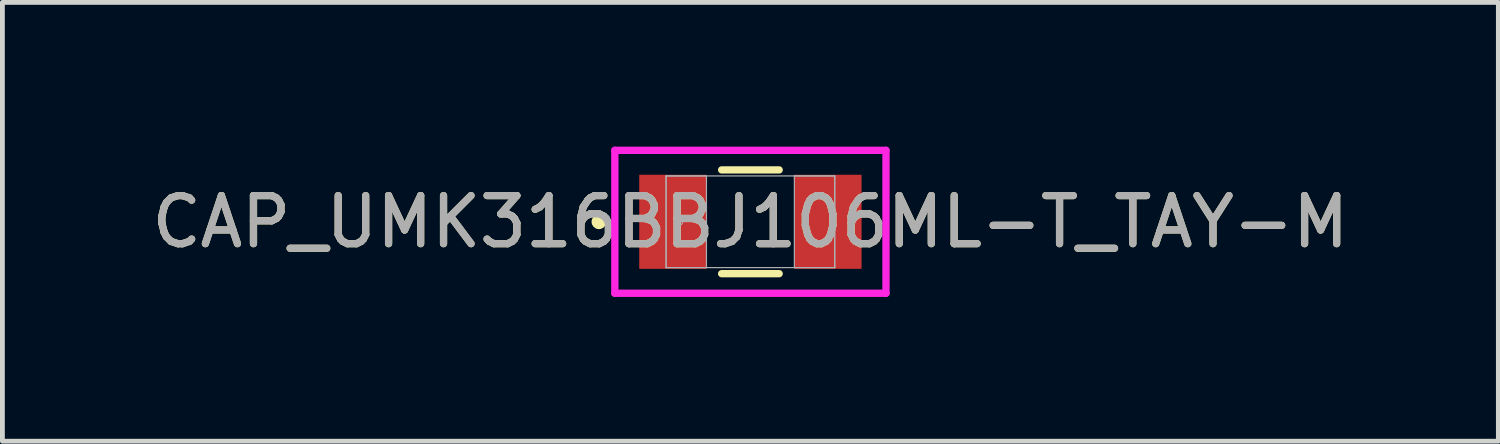
<source format=kicad_pcb>
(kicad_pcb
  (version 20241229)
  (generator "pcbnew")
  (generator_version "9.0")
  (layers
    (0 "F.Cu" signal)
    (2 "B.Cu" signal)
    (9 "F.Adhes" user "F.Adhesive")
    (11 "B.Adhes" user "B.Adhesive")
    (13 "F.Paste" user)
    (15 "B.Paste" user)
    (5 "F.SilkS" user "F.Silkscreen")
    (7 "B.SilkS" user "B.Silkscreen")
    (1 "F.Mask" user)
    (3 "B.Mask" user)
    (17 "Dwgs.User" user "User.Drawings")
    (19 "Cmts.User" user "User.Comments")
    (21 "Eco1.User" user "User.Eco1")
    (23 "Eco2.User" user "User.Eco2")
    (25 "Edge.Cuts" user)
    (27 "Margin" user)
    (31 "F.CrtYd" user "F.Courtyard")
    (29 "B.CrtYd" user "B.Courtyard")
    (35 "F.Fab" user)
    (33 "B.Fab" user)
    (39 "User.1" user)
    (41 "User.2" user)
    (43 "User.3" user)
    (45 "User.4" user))
  (footprint "CAP_UMK316BBJ106ML-T_TAY-M"
    (layer "F.Cu")
    (at 12.554 1.562)
    (property "Reference" "CAP_UMK316BBJ106ML-T_TAY-M" (at 0 0 0) (unlocked yes) (layer "F.SilkS") (effects (font (size 1 1) (thickness 0.15))))
    (attr smd)
    (fp_line (start -0.598 1.079) (end 0.598 1.079) (stroke (width 0.152) (type solid)) (layer "F.SilkS"))
    (fp_line (start 0.598 -1.079) (end -0.598 -1.079) (stroke (width 0.152) (type solid)) (layer "F.SilkS"))
    (fp_circle (center -3.15 0) (end -3.073 0) (stroke (width 0.152) (type solid)) (fill no) (layer "F.SilkS"))
    (fp_line (start -2.819 -1.486) (end 2.819 -1.486) (stroke (width 0.152) (type solid)) (layer "F.CrtYd"))
    (fp_line (start -2.819 1.486) (end -2.819 -1.486) (stroke (width 0.152) (type solid)) (layer "F.CrtYd"))
    (fp_line (start 2.819 -1.486) (end 2.819 1.486) (stroke (width 0.152) (type solid)) (layer "F.CrtYd"))
    (fp_line (start 2.819 1.486) (end -2.819 1.486) (stroke (width 0.152) (type solid)) (layer "F.CrtYd"))
    (fp_line (start -1.753 -0.953) (end -1.753 0.953) (stroke (width 0.025) (type solid)) (layer "F.Fab"))
    (fp_line (start -1.753 -0.953) (end -1.753 0.953) (stroke (width 0.025) (type solid)) (layer "F.Fab"))
    (fp_line (start -1.753 0.953) (end -0.914 0.953) (stroke (width 0.025) (type solid)) (layer "F.Fab"))
    (fp_line (start -1.753 0.953) (end 1.753 0.953) (stroke (width 0.025) (type solid)) (layer "F.Fab"))
    (fp_line (start -0.914 -0.953) (end -1.753 -0.953) (stroke (width 0.025) (type solid)) (layer "F.Fab"))
    (fp_line (start -0.914 0.953) (end -0.914 -0.953) (stroke (width 0.025) (type solid)) (layer "F.Fab"))
    (fp_line (start 0.914 -0.953) (end 0.914 0.953) (stroke (width 0.025) (type solid)) (layer "F.Fab"))
    (fp_line (start 0.914 0.953) (end 1.753 0.953) (stroke (width 0.025) (type solid)) (layer "F.Fab"))
    (fp_line (start 1.753 -0.953) (end -1.753 -0.953) (stroke (width 0.025) (type solid)) (layer "F.Fab"))
    (fp_line (start 1.753 -0.953) (end 0.914 -0.953) (stroke (width 0.025) (type solid)) (layer "F.Fab"))
    (fp_line (start 1.753 0.953) (end 1.753 -0.953) (stroke (width 0.025) (type solid)) (layer "F.Fab"))
    (fp_line (start 1.753 0.953) (end 1.753 -0.953) (stroke (width 0.025) (type solid)) (layer "F.Fab"))
    (fp_circle (center -1.486 0) (end -1.41 0) (stroke (width 0.025) (type solid)) (fill no) (layer "F.Fab"))
    (fp_text user "${REFERENCE}" (at 0 0 0) (unlocked yes) (layer "F.Fab") (effects (font (size 1 1) (thickness 0.15))))
    (pad "1" smd rect (at -1.613 0) (size 1.397 1.956) (layers "F.Cu" "F.Mask" "F.Paste"))
    (pad "2" smd rect (at 1.613 0) (size 1.397 1.956) (layers "F.Cu" "F.Mask" "F.Paste"))
    (zone (net_name "") (layer "F.Cu") (hatch full 0.508) (connect_pads) (min_thickness 0.254) (filled_areas_thickness no) (keepout (tracks not_allowed) (vias not_allowed) (pads allowed) (copperpour not_allowed) (footprints allowed)) (placement (enabled no)) (fill) (polygon (pts (xy 11.69 0.66) (xy 13.417 0.66) (xy 13.417 2.464) (xy 11.69 2.464)))))
  (gr_rect
    (start -3 -3)
    (end 28.107 6.124)
    (stroke (width 0.1) (type default))
    (fill no)
    (layer "Edge.Cuts")))
</source>
